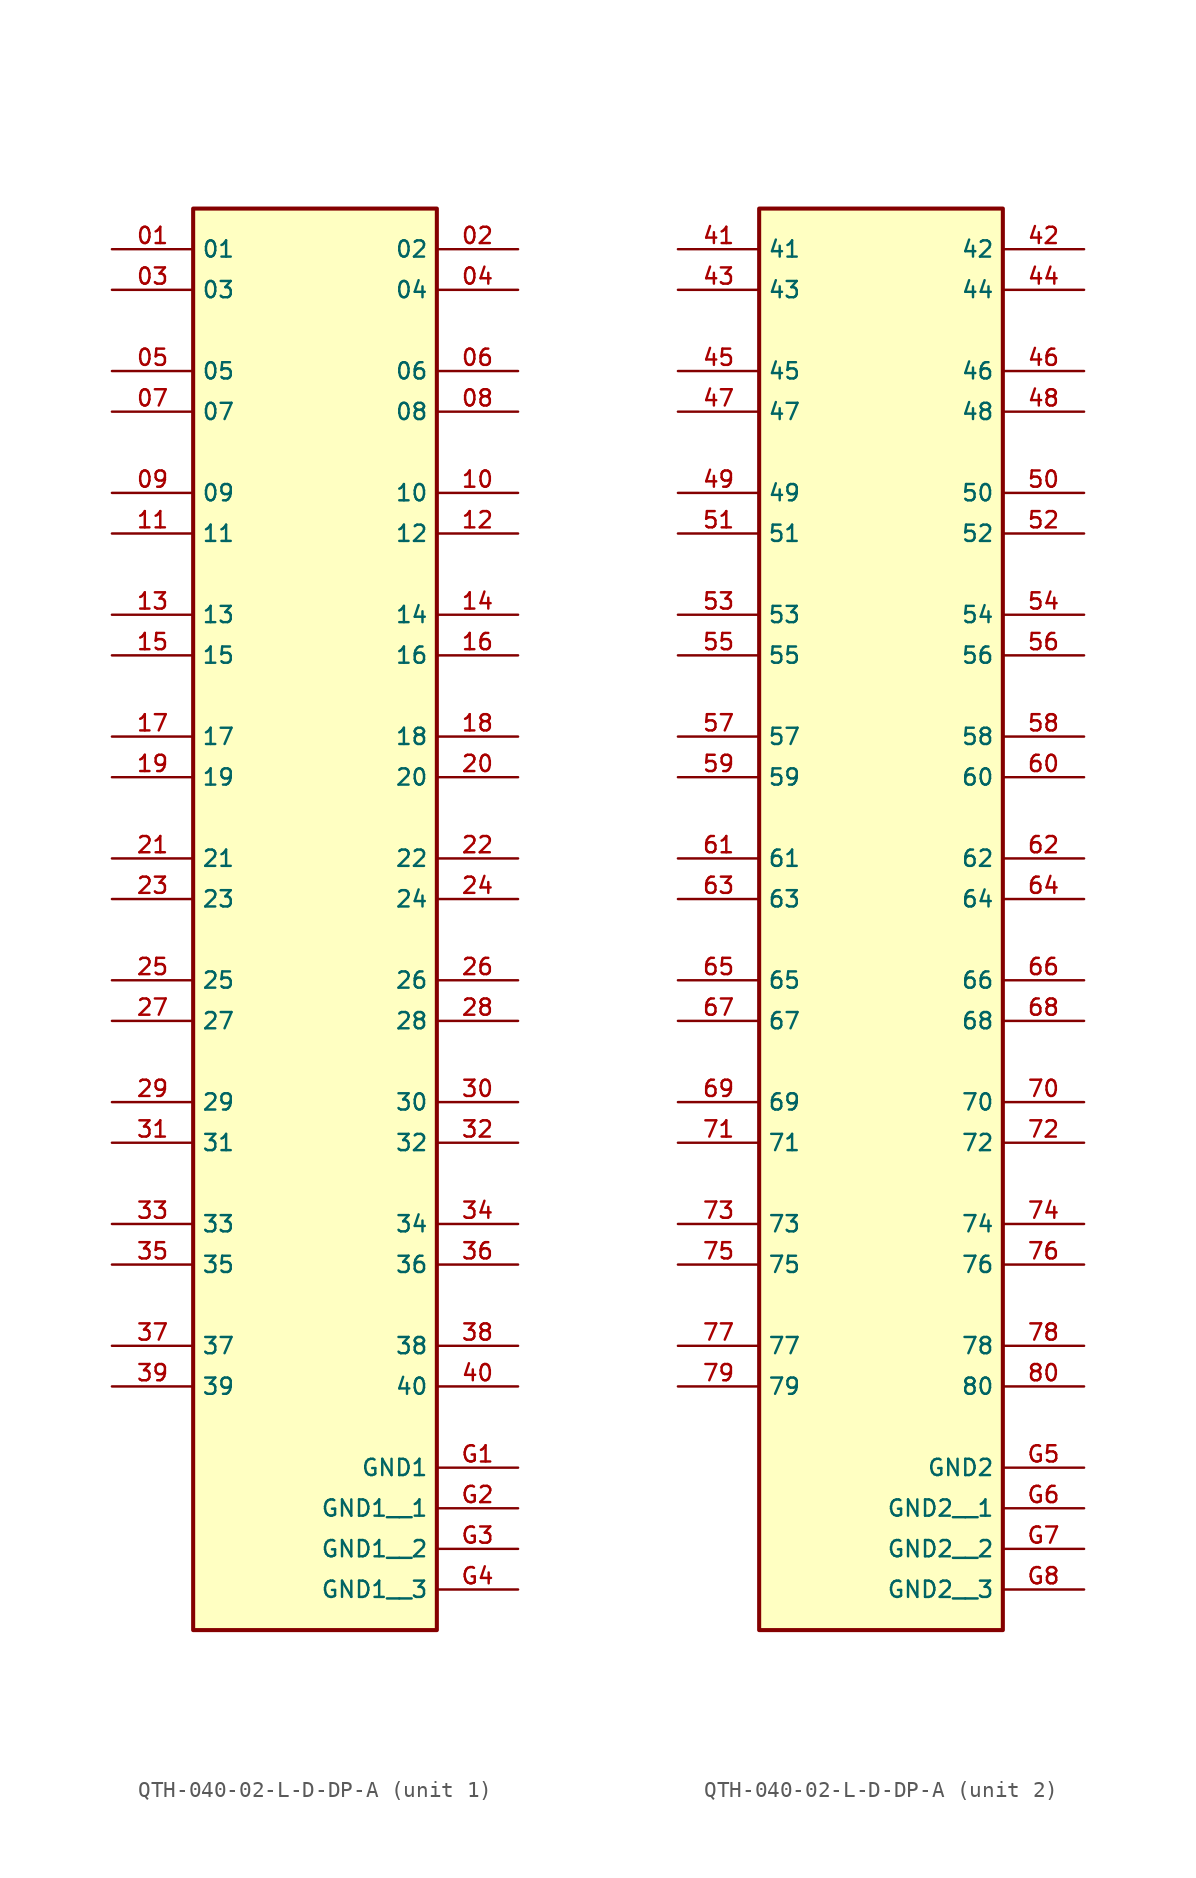
<source format=kicad_sym>
(kicad_symbol_lib
  (version 20241209)
  (generator "kicad_symbol_editor")
  (generator_version "9.0")
  (symbol "QTH-040-02-L-D-DP-A"
    (property "Reference" "J"
      (at -0.254 37.846 0)
      (effects (font (size 1.27 1.27)) (hide yes)))
    (property "Value" ""
      (at 0 0 0)
      (effects (font (size 1.27 1.27))))
    (property "ki_locked" ""
      (at 0 0 0)
      (effects (font (size 1.27 1.27))))
    (symbol "QTH-040-02-L-D-DP-A_1_0"
      (rectangle (start -7.62 -53.34) (end 7.62 35.56) (stroke (width 0.254) (type default)) (fill (type background)))
      (pin passive line (at -12.7 33.02 0) (length 5.08) (name "01" (effects (font (size 1.016 1.016)))) (number "01" (effects (font (size 1.016 1.016)))))
      (pin passive line (at -12.7 30.48 0) (length 5.08) (name "03" (effects (font (size 1.016 1.016)))) (number "03" (effects (font (size 1.016 1.016)))))
      (pin passive line (at -12.7 25.4 0) (length 5.08) (name "05" (effects (font (size 1.016 1.016)))) (number "05" (effects (font (size 1.016 1.016)))))
      (pin passive line (at -12.7 22.86 0) (length 5.08) (name "07" (effects (font (size 1.016 1.016)))) (number "07" (effects (font (size 1.016 1.016)))))
      (pin passive line (at -12.7 17.78 0) (length 5.08) (name "09" (effects (font (size 1.016 1.016)))) (number "09" (effects (font (size 1.016 1.016)))))
      (pin passive line (at -12.7 15.24 0) (length 5.08) (name "11" (effects (font (size 1.016 1.016)))) (number "11" (effects (font (size 1.016 1.016)))))
      (pin passive line (at -12.7 10.16 0) (length 5.08) (name "13" (effects (font (size 1.016 1.016)))) (number "13" (effects (font (size 1.016 1.016)))))
      (pin passive line (at -12.7 7.62 0) (length 5.08) (name "15" (effects (font (size 1.016 1.016)))) (number "15" (effects (font (size 1.016 1.016)))))
      (pin passive line (at -12.7 2.54 0) (length 5.08) (name "17" (effects (font (size 1.016 1.016)))) (number "17" (effects (font (size 1.016 1.016)))))
      (pin passive line (at -12.7 0 0) (length 5.08) (name "19" (effects (font (size 1.016 1.016)))) (number "19" (effects (font (size 1.016 1.016)))))
      (pin passive line (at -12.7 -5.08 0) (length 5.08) (name "21" (effects (font (size 1.016 1.016)))) (number "21" (effects (font (size 1.016 1.016)))))
      (pin passive line (at -12.7 -7.62 0) (length 5.08) (name "23" (effects (font (size 1.016 1.016)))) (number "23" (effects (font (size 1.016 1.016)))))
      (pin passive line (at -12.7 -12.7 0) (length 5.08) (name "25" (effects (font (size 1.016 1.016)))) (number "25" (effects (font (size 1.016 1.016)))))
      (pin passive line (at -12.7 -15.24 0) (length 5.08) (name "27" (effects (font (size 1.016 1.016)))) (number "27" (effects (font (size 1.016 1.016)))))
      (pin passive line (at -12.7 -20.32 0) (length 5.08) (name "29" (effects (font (size 1.016 1.016)))) (number "29" (effects (font (size 1.016 1.016)))))
      (pin passive line (at -12.7 -22.86 0) (length 5.08) (name "31" (effects (font (size 1.016 1.016)))) (number "31" (effects (font (size 1.016 1.016)))))
      (pin passive line (at -12.7 -27.94 0) (length 5.08) (name "33" (effects (font (size 1.016 1.016)))) (number "33" (effects (font (size 1.016 1.016)))))
      (pin passive line (at -12.7 -30.48 0) (length 5.08) (name "35" (effects (font (size 1.016 1.016)))) (number "35" (effects (font (size 1.016 1.016)))))
      (pin passive line (at -12.7 -35.56 0) (length 5.08) (name "37" (effects (font (size 1.016 1.016)))) (number "37" (effects (font (size 1.016 1.016)))))
      (pin passive line (at -12.7 -38.1 0) (length 5.08) (name "39" (effects (font (size 1.016 1.016)))) (number "39" (effects (font (size 1.016 1.016)))))
      (pin passive line (at 12.7 33.02 180) (length 5.08) (name "02" (effects (font (size 1.016 1.016)))) (number "02" (effects (font (size 1.016 1.016)))))
      (pin passive line (at 12.7 30.48 180) (length 5.08) (name "04" (effects (font (size 1.016 1.016)))) (number "04" (effects (font (size 1.016 1.016)))))
      (pin passive line (at 12.7 25.4 180) (length 5.08) (name "06" (effects (font (size 1.016 1.016)))) (number "06" (effects (font (size 1.016 1.016)))))
      (pin passive line (at 12.7 22.86 180) (length 5.08) (name "08" (effects (font (size 1.016 1.016)))) (number "08" (effects (font (size 1.016 1.016)))))
      (pin passive line (at 12.7 17.78 180) (length 5.08) (name "10" (effects (font (size 1.016 1.016)))) (number "10" (effects (font (size 1.016 1.016)))))
      (pin passive line (at 12.7 15.24 180) (length 5.08) (name "12" (effects (font (size 1.016 1.016)))) (number "12" (effects (font (size 1.016 1.016)))))
      (pin passive line (at 12.7 10.16 180) (length 5.08) (name "14" (effects (font (size 1.016 1.016)))) (number "14" (effects (font (size 1.016 1.016)))))
      (pin passive line (at 12.7 7.62 180) (length 5.08) (name "16" (effects (font (size 1.016 1.016)))) (number "16" (effects (font (size 1.016 1.016)))))
      (pin passive line (at 12.7 2.54 180) (length 5.08) (name "18" (effects (font (size 1.016 1.016)))) (number "18" (effects (font (size 1.016 1.016)))))
      (pin passive line (at 12.7 0 180) (length 5.08) (name "20" (effects (font (size 1.016 1.016)))) (number "20" (effects (font (size 1.016 1.016)))))
      (pin passive line (at 12.7 -5.08 180) (length 5.08) (name "22" (effects (font (size 1.016 1.016)))) (number "22" (effects (font (size 1.016 1.016)))))
      (pin passive line (at 12.7 -7.62 180) (length 5.08) (name "24" (effects (font (size 1.016 1.016)))) (number "24" (effects (font (size 1.016 1.016)))))
      (pin passive line (at 12.7 -12.7 180) (length 5.08) (name "26" (effects (font (size 1.016 1.016)))) (number "26" (effects (font (size 1.016 1.016)))))
      (pin passive line (at 12.7 -15.24 180) (length 5.08) (name "28" (effects (font (size 1.016 1.016)))) (number "28" (effects (font (size 1.016 1.016)))))
      (pin passive line (at 12.7 -20.32 180) (length 5.08) (name "30" (effects (font (size 1.016 1.016)))) (number "30" (effects (font (size 1.016 1.016)))))
      (pin passive line (at 12.7 -22.86 180) (length 5.08) (name "32" (effects (font (size 1.016 1.016)))) (number "32" (effects (font (size 1.016 1.016)))))
      (pin passive line (at 12.7 -27.94 180) (length 5.08) (name "34" (effects (font (size 1.016 1.016)))) (number "34" (effects (font (size 1.016 1.016)))))
      (pin passive line (at 12.7 -30.48 180) (length 5.08) (name "36" (effects (font (size 1.016 1.016)))) (number "36" (effects (font (size 1.016 1.016)))))
      (pin passive line (at 12.7 -35.56 180) (length 5.08) (name "38" (effects (font (size 1.016 1.016)))) (number "38" (effects (font (size 1.016 1.016)))))
      (pin passive line (at 12.7 -38.1 180) (length 5.08) (name "40" (effects (font (size 1.016 1.016)))) (number "40" (effects (font (size 1.016 1.016)))))
      (pin power_in line (at 12.7 -43.18 180) (length 5.08) (name "GND1" (effects (font (size 1.016 1.016)))) (number "G1" (effects (font (size 1.016 1.016)))))
      (pin power_in line (at 12.7 -45.72 180) (length 5.08) (name "GND1__1" (effects (font (size 1.016 1.016)))) (number "G2" (effects (font (size 1.016 1.016)))))
      (pin power_in line (at 12.7 -48.26 180) (length 5.08) (name "GND1__2" (effects (font (size 1.016 1.016)))) (number "G3" (effects (font (size 1.016 1.016)))))
      (pin power_in line (at 12.7 -50.8 180) (length 5.08) (name "GND1__3" (effects (font (size 1.016 1.016)))) (number "G4" (effects (font (size 1.016 1.016))))))
    (symbol "QTH-040-02-L-D-DP-A_2_0"
      (rectangle (start -7.62 -53.34) (end 7.62 35.56) (stroke (width 0.254) (type default)) (fill (type background)))
      (pin passive line (at -12.7 33.02 0) (length 5.08) (name "41" (effects (font (size 1.016 1.016)))) (number "41" (effects (font (size 1.016 1.016)))))
      (pin passive line (at -12.7 30.48 0) (length 5.08) (name "43" (effects (font (size 1.016 1.016)))) (number "43" (effects (font (size 1.016 1.016)))))
      (pin passive line (at -12.7 25.4 0) (length 5.08) (name "45" (effects (font (size 1.016 1.016)))) (number "45" (effects (font (size 1.016 1.016)))))
      (pin passive line (at -12.7 22.86 0) (length 5.08) (name "47" (effects (font (size 1.016 1.016)))) (number "47" (effects (font (size 1.016 1.016)))))
      (pin passive line (at -12.7 17.78 0) (length 5.08) (name "49" (effects (font (size 1.016 1.016)))) (number "49" (effects (font (size 1.016 1.016)))))
      (pin passive line (at -12.7 15.24 0) (length 5.08) (name "51" (effects (font (size 1.016 1.016)))) (number "51" (effects (font (size 1.016 1.016)))))
      (pin passive line (at -12.7 10.16 0) (length 5.08) (name "53" (effects (font (size 1.016 1.016)))) (number "53" (effects (font (size 1.016 1.016)))))
      (pin passive line (at -12.7 7.62 0) (length 5.08) (name "55" (effects (font (size 1.016 1.016)))) (number "55" (effects (font (size 1.016 1.016)))))
      (pin passive line (at -12.7 2.54 0) (length 5.08) (name "57" (effects (font (size 1.016 1.016)))) (number "57" (effects (font (size 1.016 1.016)))))
      (pin passive line (at -12.7 0 0) (length 5.08) (name "59" (effects (font (size 1.016 1.016)))) (number "59" (effects (font (size 1.016 1.016)))))
      (pin passive line (at -12.7 -5.08 0) (length 5.08) (name "61" (effects (font (size 1.016 1.016)))) (number "61" (effects (font (size 1.016 1.016)))))
      (pin passive line (at -12.7 -7.62 0) (length 5.08) (name "63" (effects (font (size 1.016 1.016)))) (number "63" (effects (font (size 1.016 1.016)))))
      (pin passive line (at -12.7 -12.7 0) (length 5.08) (name "65" (effects (font (size 1.016 1.016)))) (number "65" (effects (font (size 1.016 1.016)))))
      (pin passive line (at -12.7 -15.24 0) (length 5.08) (name "67" (effects (font (size 1.016 1.016)))) (number "67" (effects (font (size 1.016 1.016)))))
      (pin passive line (at -12.7 -20.32 0) (length 5.08) (name "69" (effects (font (size 1.016 1.016)))) (number "69" (effects (font (size 1.016 1.016)))))
      (pin passive line (at -12.7 -22.86 0) (length 5.08) (name "71" (effects (font (size 1.016 1.016)))) (number "71" (effects (font (size 1.016 1.016)))))
      (pin passive line (at -12.7 -27.94 0) (length 5.08) (name "73" (effects (font (size 1.016 1.016)))) (number "73" (effects (font (size 1.016 1.016)))))
      (pin passive line (at -12.7 -30.48 0) (length 5.08) (name "75" (effects (font (size 1.016 1.016)))) (number "75" (effects (font (size 1.016 1.016)))))
      (pin passive line (at -12.7 -35.56 0) (length 5.08) (name "77" (effects (font (size 1.016 1.016)))) (number "77" (effects (font (size 1.016 1.016)))))
      (pin passive line (at -12.7 -38.1 0) (length 5.08) (name "79" (effects (font (size 1.016 1.016)))) (number "79" (effects (font (size 1.016 1.016)))))
      (pin passive line (at 12.7 33.02 180) (length 5.08) (name "42" (effects (font (size 1.016 1.016)))) (number "42" (effects (font (size 1.016 1.016)))))
      (pin passive line (at 12.7 30.48 180) (length 5.08) (name "44" (effects (font (size 1.016 1.016)))) (number "44" (effects (font (size 1.016 1.016)))))
      (pin passive line (at 12.7 25.4 180) (length 5.08) (name "46" (effects (font (size 1.016 1.016)))) (number "46" (effects (font (size 1.016 1.016)))))
      (pin passive line (at 12.7 22.86 180) (length 5.08) (name "48" (effects (font (size 1.016 1.016)))) (number "48" (effects (font (size 1.016 1.016)))))
      (pin passive line (at 12.7 17.78 180) (length 5.08) (name "50" (effects (font (size 1.016 1.016)))) (number "50" (effects (font (size 1.016 1.016)))))
      (pin passive line (at 12.7 15.24 180) (length 5.08) (name "52" (effects (font (size 1.016 1.016)))) (number "52" (effects (font (size 1.016 1.016)))))
      (pin passive line (at 12.7 10.16 180) (length 5.08) (name "54" (effects (font (size 1.016 1.016)))) (number "54" (effects (font (size 1.016 1.016)))))
      (pin passive line (at 12.7 7.62 180) (length 5.08) (name "56" (effects (font (size 1.016 1.016)))) (number "56" (effects (font (size 1.016 1.016)))))
      (pin passive line (at 12.7 2.54 180) (length 5.08) (name "58" (effects (font (size 1.016 1.016)))) (number "58" (effects (font (size 1.016 1.016)))))
      (pin passive line (at 12.7 0 180) (length 5.08) (name "60" (effects (font (size 1.016 1.016)))) (number "60" (effects (font (size 1.016 1.016)))))
      (pin passive line (at 12.7 -5.08 180) (length 5.08) (name "62" (effects (font (size 1.016 1.016)))) (number "62" (effects (font (size 1.016 1.016)))))
      (pin passive line (at 12.7 -7.62 180) (length 5.08) (name "64" (effects (font (size 1.016 1.016)))) (number "64" (effects (font (size 1.016 1.016)))))
      (pin passive line (at 12.7 -12.7 180) (length 5.08) (name "66" (effects (font (size 1.016 1.016)))) (number "66" (effects (font (size 1.016 1.016)))))
      (pin passive line (at 12.7 -15.24 180) (length 5.08) (name "68" (effects (font (size 1.016 1.016)))) (number "68" (effects (font (size 1.016 1.016)))))
      (pin passive line (at 12.7 -20.32 180) (length 5.08) (name "70" (effects (font (size 1.016 1.016)))) (number "70" (effects (font (size 1.016 1.016)))))
      (pin passive line (at 12.7 -22.86 180) (length 5.08) (name "72" (effects (font (size 1.016 1.016)))) (number "72" (effects (font (size 1.016 1.016)))))
      (pin passive line (at 12.7 -27.94 180) (length 5.08) (name "74" (effects (font (size 1.016 1.016)))) (number "74" (effects (font (size 1.016 1.016)))))
      (pin passive line (at 12.7 -30.48 180) (length 5.08) (name "76" (effects (font (size 1.016 1.016)))) (number "76" (effects (font (size 1.016 1.016)))))
      (pin passive line (at 12.7 -35.56 180) (length 5.08) (name "78" (effects (font (size 1.016 1.016)))) (number "78" (effects (font (size 1.016 1.016)))))
      (pin passive line (at 12.7 -38.1 180) (length 5.08) (name "80" (effects (font (size 1.016 1.016)))) (number "80" (effects (font (size 1.016 1.016)))))
      (pin power_in line (at 12.7 -43.18 180) (length 5.08) (name "GND2" (effects (font (size 1.016 1.016)))) (number "G5" (effects (font (size 1.016 1.016)))))
      (pin power_in line (at 12.7 -45.72 180) (length 5.08) (name "GND2__1" (effects (font (size 1.016 1.016)))) (number "G6" (effects (font (size 1.016 1.016)))))
      (pin power_in line (at 12.7 -48.26 180) (length 5.08) (name "GND2__2" (effects (font (size 1.016 1.016)))) (number "G7" (effects (font (size 1.016 1.016)))))
      (pin power_in line (at 12.7 -50.8 180) (length 5.08) (name "GND2__3" (effects (font (size 1.016 1.016)))) (number "G8" (effects (font (size 1.016 1.016))))))))
</source>
